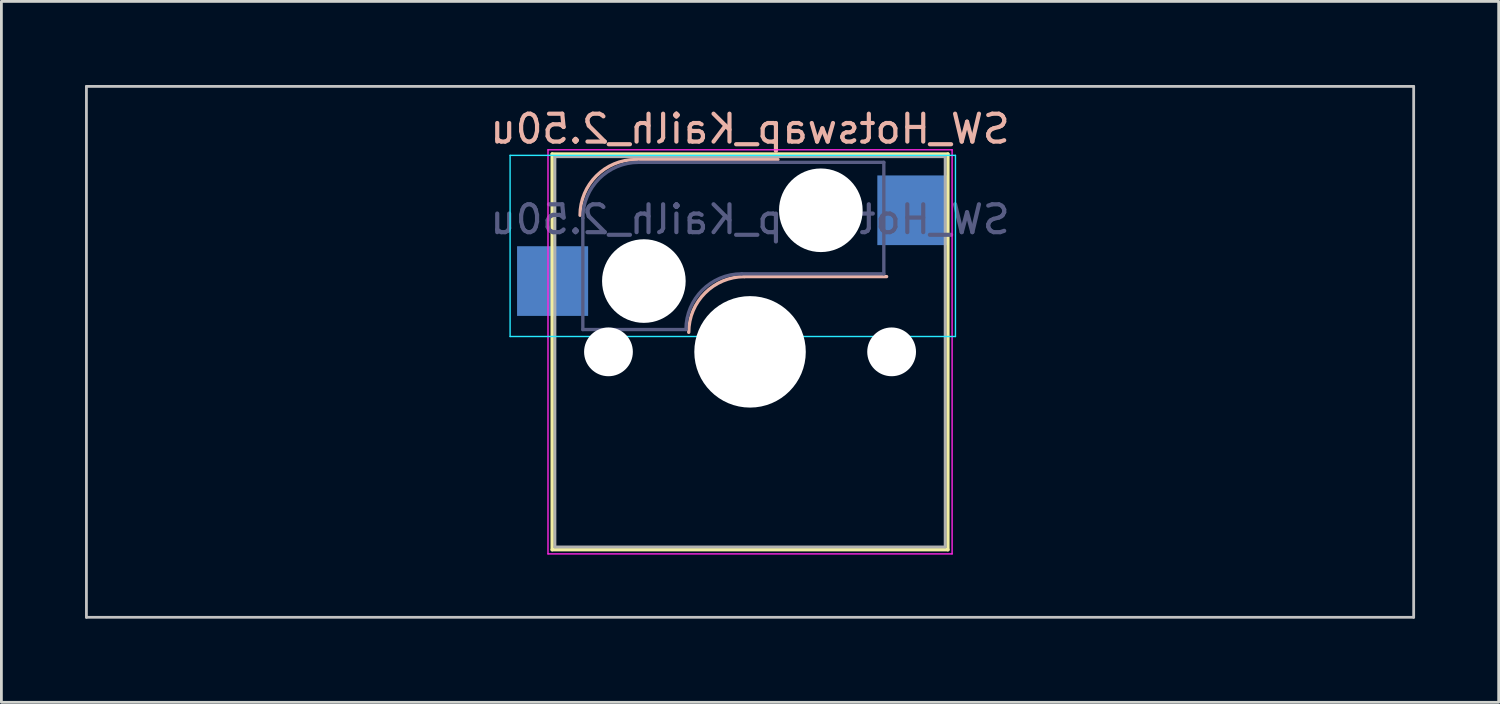
<source format=kicad_pcb>
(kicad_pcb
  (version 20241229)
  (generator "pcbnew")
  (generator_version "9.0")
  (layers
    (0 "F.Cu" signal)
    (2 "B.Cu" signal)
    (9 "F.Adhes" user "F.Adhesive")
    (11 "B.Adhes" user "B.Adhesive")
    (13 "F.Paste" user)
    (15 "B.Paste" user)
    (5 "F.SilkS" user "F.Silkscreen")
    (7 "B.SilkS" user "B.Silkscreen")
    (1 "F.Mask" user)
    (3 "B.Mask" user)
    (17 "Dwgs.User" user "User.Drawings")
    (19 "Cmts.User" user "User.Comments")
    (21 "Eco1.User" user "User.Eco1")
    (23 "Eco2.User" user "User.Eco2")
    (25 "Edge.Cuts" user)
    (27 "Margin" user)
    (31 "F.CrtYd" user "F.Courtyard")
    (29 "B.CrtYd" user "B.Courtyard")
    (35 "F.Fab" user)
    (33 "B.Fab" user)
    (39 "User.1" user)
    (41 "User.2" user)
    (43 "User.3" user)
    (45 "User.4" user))
  (footprint "SW_Hotswap_Kailh_2.50u"
    (layer "F.Cu")
    (at 23.863 9.575)
    (property "Reference" "SW_Hotswap_Kailh_2.50u" (at 0 -8 0) (layer "B.SilkS") (effects (font (size 1 1) (thickness 0.15)) (justify mirror)))
    (attr smd)
    (fp_line (start -7.1 -7.1) (end -7.1 7.1) (stroke (width 0.12) (type solid)) (layer "F.SilkS"))
    (fp_line (start -7.1 7.1) (end 7.1 7.1) (stroke (width 0.12) (type solid)) (layer "F.SilkS"))
    (fp_line (start 7.1 -7.1) (end -7.1 -7.1) (stroke (width 0.12) (type solid)) (layer "F.SilkS"))
    (fp_line (start 7.1 7.1) (end 7.1 -7.1) (stroke (width 0.12) (type solid)) (layer "F.SilkS"))
    (fp_line (start -4.1 -6.9) (end 1 -6.9) (stroke (width 0.12) (type solid)) (layer "B.SilkS"))
    (fp_line (start -0.2 -2.7) (end 4.9 -2.7) (stroke (width 0.12) (type solid)) (layer "B.SilkS"))
    (fp_arc (start -6.1 -4.9) (mid -5.514214 -6.314214) (end -4.1 -6.9) (stroke (width 0.12) (type solid)) (layer "B.SilkS"))
    (fp_arc (start -2.2 -0.7) (mid -1.614214 -2.114214) (end -0.2 -2.7) (stroke (width 0.12) (type solid)) (layer "B.SilkS"))
    (fp_line (start -23.812 -9.525) (end -23.812 9.525) (stroke (width 0.1) (type solid)) (layer "Dwgs.User"))
    (fp_line (start -23.812 9.525) (end 23.812 9.525) (stroke (width 0.1) (type solid)) (layer "Dwgs.User"))
    (fp_line (start 23.812 -9.525) (end -23.812 -9.525) (stroke (width 0.1) (type solid)) (layer "Dwgs.User"))
    (fp_line (start 23.812 9.525) (end 23.812 -9.525) (stroke (width 0.1) (type solid)) (layer "Dwgs.User"))
    (fp_line (start -8.61 -7.05) (end -8.61 -0.55) (stroke (width 0.05) (type solid)) (layer "B.CrtYd"))
    (fp_line (start -8.61 -0.55) (end 7.37 -0.55) (stroke (width 0.05) (type solid)) (layer "B.CrtYd"))
    (fp_line (start 7.37 -7.05) (end -8.61 -7.05) (stroke (width 0.05) (type solid)) (layer "B.CrtYd"))
    (fp_line (start 7.37 -0.55) (end 7.37 -7.05) (stroke (width 0.05) (type solid)) (layer "B.CrtYd"))
    (fp_line (start -7.25 -7.25) (end -7.25 7.25) (stroke (width 0.05) (type solid)) (layer "F.CrtYd"))
    (fp_line (start -7.25 7.25) (end 7.25 7.25) (stroke (width 0.05) (type solid)) (layer "F.CrtYd"))
    (fp_line (start 7.25 -7.25) (end -7.25 -7.25) (stroke (width 0.05) (type solid)) (layer "F.CrtYd"))
    (fp_line (start 7.25 7.25) (end 7.25 -7.25) (stroke (width 0.05) (type solid)) (layer "F.CrtYd"))
    (fp_line (start -6 -0.8) (end -6 -4.8) (stroke (width 0.12) (type solid)) (layer "B.Fab"))
    (fp_line (start -6 -0.8) (end -2.3 -0.8) (stroke (width 0.12) (type solid)) (layer "B.Fab"))
    (fp_line (start -4 -6.8) (end 4.8 -6.8) (stroke (width 0.12) (type solid)) (layer "B.Fab"))
    (fp_line (start -0.3 -2.8) (end 4.8 -2.8) (stroke (width 0.12) (type solid)) (layer "B.Fab"))
    (fp_line (start 4.8 -6.8) (end 4.8 -2.8) (stroke (width 0.12) (type solid)) (layer "B.Fab"))
    (fp_arc (start -6 -4.8) (mid -5.414214 -6.214214) (end -4 -6.8) (stroke (width 0.12) (type solid)) (layer "B.Fab"))
    (fp_arc (start -2.3 -0.8) (mid -1.714214 -2.214214) (end -0.3 -2.8) (stroke (width 0.12) (type solid)) (layer "B.Fab"))
    (fp_line (start -7 -7) (end -7 7) (stroke (width 0.1) (type solid)) (layer "F.Fab"))
    (fp_line (start -7 7) (end 7 7) (stroke (width 0.1) (type solid)) (layer "F.Fab"))
    (fp_line (start 7 -7) (end -7 -7) (stroke (width 0.1) (type solid)) (layer "F.Fab"))
    (fp_line (start 7 7) (end 7 -7) (stroke (width 0.1) (type solid)) (layer "F.Fab"))
    (fp_text user "${REFERENCE}" (at 0 -4.75 0) (layer "B.Fab") (effects (font (size 1 1) (thickness 0.15)) (justify mirror)))
    (pad "" np_thru_hole circle (at -5.08 0) (size 1.75 1.75) (drill 1.75) (layers "*.Cu" "*.Mask"))
    (pad "" np_thru_hole circle (at -3.81 -2.54) (size 3 3) (drill 3) (layers "*.Cu" "*.Mask"))
    (pad "" np_thru_hole circle (at 0 0) (size 4 4) (drill 4) (layers "*.Cu" "*.Mask"))
    (pad "" np_thru_hole circle (at 2.54 -5.08) (size 3 3) (drill 3) (layers "*.Cu" "*.Mask"))
    (pad "" np_thru_hole circle (at 5.08 0) (size 1.75 1.75) (drill 1.75) (layers "*.Cu" "*.Mask"))
    (pad "1" smd rect (at -7.085 -2.54) (size 2.55 2.5) (layers "B.Cu" "B.Mask" "B.Paste"))
    (pad "2" smd rect (at 5.842 -5.08) (size 2.55 2.5) (layers "B.Cu" "B.Mask" "B.Paste")))
  (gr_rect
    (start -3 -3)
    (end 50.725 22.15)
    (stroke (width 0.1) (type default))
    (fill no)
    (layer "Edge.Cuts")))
</source>
